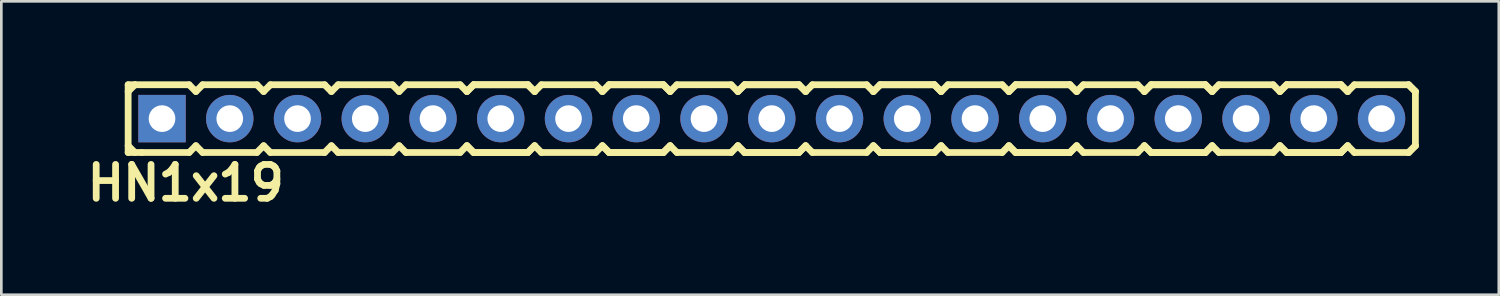
<source format=kicad_pcb>
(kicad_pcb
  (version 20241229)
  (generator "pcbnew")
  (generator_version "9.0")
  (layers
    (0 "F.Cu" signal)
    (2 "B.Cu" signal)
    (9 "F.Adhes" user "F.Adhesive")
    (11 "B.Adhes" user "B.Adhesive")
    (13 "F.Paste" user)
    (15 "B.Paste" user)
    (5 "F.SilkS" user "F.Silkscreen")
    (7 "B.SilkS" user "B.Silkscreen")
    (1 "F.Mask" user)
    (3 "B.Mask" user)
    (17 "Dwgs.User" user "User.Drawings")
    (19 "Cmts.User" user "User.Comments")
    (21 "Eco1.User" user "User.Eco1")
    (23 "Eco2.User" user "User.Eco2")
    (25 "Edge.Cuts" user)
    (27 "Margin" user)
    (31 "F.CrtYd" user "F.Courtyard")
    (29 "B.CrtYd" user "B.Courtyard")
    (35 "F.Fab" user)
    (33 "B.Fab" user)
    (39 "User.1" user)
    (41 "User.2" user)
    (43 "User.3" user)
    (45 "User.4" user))
  (footprint "HN1x19"
    (layer "F.Cu")
    (at 24.614 1.397)
    (property "Reference" "HN1x19" (at -20.701 2.413 0) (layer "F.SilkS") (effects (font (size 1.27 1.27) (thickness 0.254))))
    (attr smd)
    (fp_line (start -22.86 -1.27) (end -22.86 1.27) (stroke (width 0.254) (type solid)) (layer "F.SilkS"))
    (fp_line (start -22.86 -1.27) (end -22.606 -1.27) (stroke (width 0.254) (type solid)) (layer "F.SilkS"))
    (fp_line (start -22.86 -1.016) (end -22.606 -1.27) (stroke (width 0.254) (type solid)) (layer "F.SilkS"))
    (fp_line (start -22.606 -1.27) (end -20.574 -1.27) (stroke (width 0.254) (type solid)) (layer "F.SilkS"))
    (fp_line (start -22.606 1.27) (end -22.86 1.016) (stroke (width 0.254) (type solid)) (layer "F.SilkS"))
    (fp_line (start -22.352 1.27) (end -22.86 1.27) (stroke (width 0.254) (type solid)) (layer "F.SilkS"))
    (fp_line (start -20.574 -1.27) (end -20.32 -1.016) (stroke (width 0.254) (type solid)) (layer "F.SilkS"))
    (fp_line (start -20.574 1.27) (end -22.352 1.27) (stroke (width 0.254) (type solid)) (layer "F.SilkS"))
    (fp_line (start -20.32 -1.016) (end -20.066 -1.27) (stroke (width 0.254) (type solid)) (layer "F.SilkS"))
    (fp_line (start -20.32 1.016) (end -20.574 1.27) (stroke (width 0.254) (type solid)) (layer "F.SilkS"))
    (fp_line (start -20.066 -1.27) (end -18.034 -1.27) (stroke (width 0.254) (type solid)) (layer "F.SilkS"))
    (fp_line (start -20.066 1.27) (end -20.32 1.016) (stroke (width 0.254) (type solid)) (layer "F.SilkS"))
    (fp_line (start -18.034 -1.27) (end -17.78 -1.016) (stroke (width 0.254) (type solid)) (layer "F.SilkS"))
    (fp_line (start -18.034 1.27) (end -20.066 1.27) (stroke (width 0.254) (type solid)) (layer "F.SilkS"))
    (fp_line (start -18.034 1.27) (end -17.78 1.016) (stroke (width 0.254) (type solid)) (layer "F.SilkS"))
    (fp_line (start -17.78 -1.016) (end -17.526 -1.27) (stroke (width 0.254) (type solid)) (layer "F.SilkS"))
    (fp_line (start -17.78 1.016) (end -17.526 1.27) (stroke (width 0.254) (type solid)) (layer "F.SilkS"))
    (fp_line (start -17.526 -1.27) (end -15.494 -1.27) (stroke (width 0.254) (type solid)) (layer "F.SilkS"))
    (fp_line (start -15.494 -1.27) (end -15.24 -1.016) (stroke (width 0.254) (type solid)) (layer "F.SilkS"))
    (fp_line (start -15.494 1.27) (end -17.526 1.27) (stroke (width 0.254) (type solid)) (layer "F.SilkS"))
    (fp_line (start -15.24 -1.016) (end -14.986 -1.27) (stroke (width 0.254) (type solid)) (layer "F.SilkS"))
    (fp_line (start -15.24 1.016) (end -15.494 1.27) (stroke (width 0.254) (type solid)) (layer "F.SilkS"))
    (fp_line (start -14.986 -1.27) (end -12.954 -1.27) (stroke (width 0.254) (type solid)) (layer "F.SilkS"))
    (fp_line (start -14.986 1.27) (end -15.24 1.016) (stroke (width 0.254) (type solid)) (layer "F.SilkS"))
    (fp_line (start -12.954 -1.27) (end -12.7 -1.016) (stroke (width 0.254) (type solid)) (layer "F.SilkS"))
    (fp_line (start -12.954 1.27) (end -14.986 1.27) (stroke (width 0.254) (type solid)) (layer "F.SilkS"))
    (fp_line (start -12.7 -1.016) (end -12.446 -1.27) (stroke (width 0.254) (type solid)) (layer "F.SilkS"))
    (fp_line (start -12.7 1.016) (end -12.954 1.27) (stroke (width 0.254) (type solid)) (layer "F.SilkS"))
    (fp_line (start -12.446 -1.27) (end -10.414 -1.27) (stroke (width 0.254) (type solid)) (layer "F.SilkS"))
    (fp_line (start -12.446 1.27) (end -12.7 1.016) (stroke (width 0.254) (type solid)) (layer "F.SilkS"))
    (fp_line (start -10.414 -1.27) (end -10.16 -1.016) (stroke (width 0.254) (type solid)) (layer "F.SilkS"))
    (fp_line (start -10.414 1.27) (end -12.446 1.27) (stroke (width 0.254) (type solid)) (layer "F.SilkS"))
    (fp_line (start -10.16 -1.016) (end -9.906 -1.27) (stroke (width 0.254) (type solid)) (layer "F.SilkS"))
    (fp_line (start -10.16 -1.016) (end -9.906 -1.27) (stroke (width 0.254) (type solid)) (layer "F.SilkS"))
    (fp_line (start -10.16 1.016) (end -10.414 1.27) (stroke (width 0.254) (type solid)) (layer "F.SilkS"))
    (fp_line (start -9.906 -1.27) (end -7.874 -1.27) (stroke (width 0.254) (type solid)) (layer "F.SilkS"))
    (fp_line (start -9.906 -1.27) (end -7.874 -1.27) (stroke (width 0.254) (type solid)) (layer "F.SilkS"))
    (fp_line (start -9.906 1.27) (end -10.16 1.016) (stroke (width 0.254) (type solid)) (layer "F.SilkS"))
    (fp_line (start -9.906 1.27) (end -10.16 1.016) (stroke (width 0.254) (type solid)) (layer "F.SilkS"))
    (fp_line (start -7.874 -1.27) (end -7.62 -1.016) (stroke (width 0.254) (type solid)) (layer "F.SilkS"))
    (fp_line (start -7.874 -1.27) (end -7.62 -1.016) (stroke (width 0.254) (type solid)) (layer "F.SilkS"))
    (fp_line (start -7.874 1.27) (end -9.906 1.27) (stroke (width 0.254) (type solid)) (layer "F.SilkS"))
    (fp_line (start -7.874 1.27) (end -9.906 1.27) (stroke (width 0.254) (type solid)) (layer "F.SilkS"))
    (fp_line (start -7.62 -1.016) (end -7.366 -1.27) (stroke (width 0.254) (type solid)) (layer "F.SilkS"))
    (fp_line (start -7.62 1.016) (end -7.874 1.27) (stroke (width 0.254) (type solid)) (layer "F.SilkS"))
    (fp_line (start -7.62 1.016) (end -7.874 1.27) (stroke (width 0.254) (type solid)) (layer "F.SilkS"))
    (fp_line (start -7.366 -1.27) (end -5.334 -1.27) (stroke (width 0.254) (type solid)) (layer "F.SilkS"))
    (fp_line (start -7.366 1.27) (end -7.62 1.016) (stroke (width 0.254) (type solid)) (layer "F.SilkS"))
    (fp_line (start -5.334 -1.27) (end -5.08 -1.016) (stroke (width 0.254) (type solid)) (layer "F.SilkS"))
    (fp_line (start -5.334 1.27) (end -7.366 1.27) (stroke (width 0.254) (type solid)) (layer "F.SilkS"))
    (fp_line (start -5.08 -1.016) (end -4.826 -1.27) (stroke (width 0.254) (type solid)) (layer "F.SilkS"))
    (fp_line (start -5.08 -1.016) (end -4.826 -1.27) (stroke (width 0.254) (type solid)) (layer "F.SilkS"))
    (fp_line (start -5.08 1.016) (end -5.334 1.27) (stroke (width 0.254) (type solid)) (layer "F.SilkS"))
    (fp_line (start -4.826 -1.27) (end -2.794 -1.27) (stroke (width 0.254) (type solid)) (layer "F.SilkS"))
    (fp_line (start -4.826 -1.27) (end -2.794 -1.27) (stroke (width 0.254) (type solid)) (layer "F.SilkS"))
    (fp_line (start -4.826 1.27) (end -5.08 1.016) (stroke (width 0.254) (type solid)) (layer "F.SilkS"))
    (fp_line (start -4.826 1.27) (end -5.08 1.016) (stroke (width 0.254) (type solid)) (layer "F.SilkS"))
    (fp_line (start -2.794 -1.27) (end -2.54 -1.016) (stroke (width 0.254) (type solid)) (layer "F.SilkS"))
    (fp_line (start -2.794 -1.27) (end -2.54 -1.016) (stroke (width 0.254) (type solid)) (layer "F.SilkS"))
    (fp_line (start -2.794 1.27) (end -4.826 1.27) (stroke (width 0.254) (type solid)) (layer "F.SilkS"))
    (fp_line (start -2.794 1.27) (end -4.826 1.27) (stroke (width 0.254) (type solid)) (layer "F.SilkS"))
    (fp_line (start -2.54 -1.016) (end -2.286 -1.27) (stroke (width 0.254) (type solid)) (layer "F.SilkS"))
    (fp_line (start -2.54 1.016) (end -2.794 1.27) (stroke (width 0.254) (type solid)) (layer "F.SilkS"))
    (fp_line (start -2.54 1.016) (end -2.794 1.27) (stroke (width 0.254) (type solid)) (layer "F.SilkS"))
    (fp_line (start -2.286 -1.27) (end -0.254 -1.27) (stroke (width 0.254) (type solid)) (layer "F.SilkS"))
    (fp_line (start -2.286 1.27) (end -2.54 1.016) (stroke (width 0.254) (type solid)) (layer "F.SilkS"))
    (fp_line (start -0.254 -1.27) (end 0 -1.016) (stroke (width 0.254) (type solid)) (layer "F.SilkS"))
    (fp_line (start -0.254 1.27) (end -2.286 1.27) (stroke (width 0.254) (type solid)) (layer "F.SilkS"))
    (fp_line (start 0 -1.016) (end 0.254 -1.27) (stroke (width 0.254) (type solid)) (layer "F.SilkS"))
    (fp_line (start 0 -1.016) (end 0.254 -1.27) (stroke (width 0.254) (type solid)) (layer "F.SilkS"))
    (fp_line (start 0 1.016) (end -0.254 1.27) (stroke (width 0.254) (type solid)) (layer "F.SilkS"))
    (fp_line (start 0.254 -1.27) (end 2.286 -1.27) (stroke (width 0.254) (type solid)) (layer "F.SilkS"))
    (fp_line (start 0.254 -1.27) (end 2.286 -1.27) (stroke (width 0.254) (type solid)) (layer "F.SilkS"))
    (fp_line (start 0.254 1.27) (end 0 1.016) (stroke (width 0.254) (type solid)) (layer "F.SilkS"))
    (fp_line (start 0.254 1.27) (end 0 1.016) (stroke (width 0.254) (type solid)) (layer "F.SilkS"))
    (fp_line (start 2.286 -1.27) (end 2.54 -1.016) (stroke (width 0.254) (type solid)) (layer "F.SilkS"))
    (fp_line (start 2.286 -1.27) (end 2.54 -1.016) (stroke (width 0.254) (type solid)) (layer "F.SilkS"))
    (fp_line (start 2.286 1.27) (end 0.254 1.27) (stroke (width 0.254) (type solid)) (layer "F.SilkS"))
    (fp_line (start 2.286 1.27) (end 0.254 1.27) (stroke (width 0.254) (type solid)) (layer "F.SilkS"))
    (fp_line (start 2.54 -1.016) (end 2.794 -1.27) (stroke (width 0.254) (type solid)) (layer "F.SilkS"))
    (fp_line (start 2.54 1.016) (end 2.286 1.27) (stroke (width 0.254) (type solid)) (layer "F.SilkS"))
    (fp_line (start 2.54 1.016) (end 2.286 1.27) (stroke (width 0.254) (type solid)) (layer "F.SilkS"))
    (fp_line (start 2.794 -1.27) (end 4.826 -1.27) (stroke (width 0.254) (type solid)) (layer "F.SilkS"))
    (fp_line (start 2.794 1.27) (end 2.54 1.016) (stroke (width 0.254) (type solid)) (layer "F.SilkS"))
    (fp_line (start 4.826 -1.27) (end 5.08 -1.016) (stroke (width 0.254) (type solid)) (layer "F.SilkS"))
    (fp_line (start 4.826 1.27) (end 2.794 1.27) (stroke (width 0.254) (type solid)) (layer "F.SilkS"))
    (fp_line (start 5.08 -1.016) (end 5.334 -1.27) (stroke (width 0.254) (type solid)) (layer "F.SilkS"))
    (fp_line (start 5.08 -1.016) (end 5.334 -1.27) (stroke (width 0.254) (type solid)) (layer "F.SilkS"))
    (fp_line (start 5.08 1.016) (end 4.826 1.27) (stroke (width 0.254) (type solid)) (layer "F.SilkS"))
    (fp_line (start 5.334 -1.27) (end 7.366 -1.27) (stroke (width 0.254) (type solid)) (layer "F.SilkS"))
    (fp_line (start 5.334 -1.27) (end 7.366 -1.27) (stroke (width 0.254) (type solid)) (layer "F.SilkS"))
    (fp_line (start 5.334 1.27) (end 5.08 1.016) (stroke (width 0.254) (type solid)) (layer "F.SilkS"))
    (fp_line (start 5.334 1.27) (end 5.08 1.016) (stroke (width 0.254) (type solid)) (layer "F.SilkS"))
    (fp_line (start 7.366 -1.27) (end 7.62 -1.016) (stroke (width 0.254) (type solid)) (layer "F.SilkS"))
    (fp_line (start 7.366 -1.27) (end 7.62 -1.016) (stroke (width 0.254) (type solid)) (layer "F.SilkS"))
    (fp_line (start 7.366 1.27) (end 5.334 1.27) (stroke (width 0.254) (type solid)) (layer "F.SilkS"))
    (fp_line (start 7.366 1.27) (end 5.334 1.27) (stroke (width 0.254) (type solid)) (layer "F.SilkS"))
    (fp_line (start 7.62 -1.016) (end 7.874 -1.27) (stroke (width 0.254) (type solid)) (layer "F.SilkS"))
    (fp_line (start 7.62 1.016) (end 7.366 1.27) (stroke (width 0.254) (type solid)) (layer "F.SilkS"))
    (fp_line (start 7.62 1.016) (end 7.366 1.27) (stroke (width 0.254) (type solid)) (layer "F.SilkS"))
    (fp_line (start 7.874 -1.27) (end 9.906 -1.27) (stroke (width 0.254) (type solid)) (layer "F.SilkS"))
    (fp_line (start 7.874 1.27) (end 7.62 1.016) (stroke (width 0.254) (type solid)) (layer "F.SilkS"))
    (fp_line (start 9.906 -1.27) (end 10.16 -1.016) (stroke (width 0.254) (type solid)) (layer "F.SilkS"))
    (fp_line (start 9.906 1.27) (end 7.874 1.27) (stroke (width 0.254) (type solid)) (layer "F.SilkS"))
    (fp_line (start 10.16 -1.016) (end 10.414 -1.27) (stroke (width 0.254) (type solid)) (layer "F.SilkS"))
    (fp_line (start 10.16 -1.016) (end 10.414 -1.27) (stroke (width 0.254) (type solid)) (layer "F.SilkS"))
    (fp_line (start 10.16 1.016) (end 9.906 1.27) (stroke (width 0.254) (type solid)) (layer "F.SilkS"))
    (fp_line (start 10.414 -1.27) (end 12.446 -1.27) (stroke (width 0.254) (type solid)) (layer "F.SilkS"))
    (fp_line (start 10.414 -1.27) (end 12.446 -1.27) (stroke (width 0.254) (type solid)) (layer "F.SilkS"))
    (fp_line (start 10.414 1.27) (end 10.16 1.016) (stroke (width 0.254) (type solid)) (layer "F.SilkS"))
    (fp_line (start 10.414 1.27) (end 10.16 1.016) (stroke (width 0.254) (type solid)) (layer "F.SilkS"))
    (fp_line (start 12.446 -1.27) (end 12.7 -1.016) (stroke (width 0.254) (type solid)) (layer "F.SilkS"))
    (fp_line (start 12.446 -1.27) (end 12.7 -1.016) (stroke (width 0.254) (type solid)) (layer "F.SilkS"))
    (fp_line (start 12.446 1.27) (end 10.414 1.27) (stroke (width 0.254) (type solid)) (layer "F.SilkS"))
    (fp_line (start 12.446 1.27) (end 10.414 1.27) (stroke (width 0.254) (type solid)) (layer "F.SilkS"))
    (fp_line (start 12.7 -1.016) (end 12.954 -1.27) (stroke (width 0.254) (type solid)) (layer "F.SilkS"))
    (fp_line (start 12.7 1.016) (end 12.446 1.27) (stroke (width 0.254) (type solid)) (layer "F.SilkS"))
    (fp_line (start 12.7 1.016) (end 12.446 1.27) (stroke (width 0.254) (type solid)) (layer "F.SilkS"))
    (fp_line (start 12.954 -1.27) (end 14.986 -1.27) (stroke (width 0.254) (type solid)) (layer "F.SilkS"))
    (fp_line (start 12.954 1.27) (end 12.7 1.016) (stroke (width 0.254) (type solid)) (layer "F.SilkS"))
    (fp_line (start 14.986 -1.27) (end 15.24 -1.016) (stroke (width 0.254) (type solid)) (layer "F.SilkS"))
    (fp_line (start 14.986 1.27) (end 12.954 1.27) (stroke (width 0.254) (type solid)) (layer "F.SilkS"))
    (fp_line (start 15.24 -1.016) (end 15.494 -1.27) (stroke (width 0.254) (type solid)) (layer "F.SilkS"))
    (fp_line (start 15.24 -1.016) (end 15.494 -1.27) (stroke (width 0.254) (type solid)) (layer "F.SilkS"))
    (fp_line (start 15.24 1.016) (end 14.986 1.27) (stroke (width 0.254) (type solid)) (layer "F.SilkS"))
    (fp_line (start 15.494 -1.27) (end 17.526 -1.27) (stroke (width 0.254) (type solid)) (layer "F.SilkS"))
    (fp_line (start 15.494 -1.27) (end 17.526 -1.27) (stroke (width 0.254) (type solid)) (layer "F.SilkS"))
    (fp_line (start 15.494 1.27) (end 15.24 1.016) (stroke (width 0.254) (type solid)) (layer "F.SilkS"))
    (fp_line (start 15.494 1.27) (end 15.24 1.016) (stroke (width 0.254) (type solid)) (layer "F.SilkS"))
    (fp_line (start 17.526 -1.27) (end 17.78 -1.016) (stroke (width 0.254) (type solid)) (layer "F.SilkS"))
    (fp_line (start 17.526 -1.27) (end 17.78 -1.016) (stroke (width 0.254) (type solid)) (layer "F.SilkS"))
    (fp_line (start 17.526 1.27) (end 15.494 1.27) (stroke (width 0.254) (type solid)) (layer "F.SilkS"))
    (fp_line (start 17.526 1.27) (end 15.494 1.27) (stroke (width 0.254) (type solid)) (layer "F.SilkS"))
    (fp_line (start 17.78 -1.016) (end 18.034 -1.27) (stroke (width 0.254) (type solid)) (layer "F.SilkS"))
    (fp_line (start 17.78 1.016) (end 17.526 1.27) (stroke (width 0.254) (type solid)) (layer "F.SilkS"))
    (fp_line (start 17.78 1.016) (end 17.526 1.27) (stroke (width 0.254) (type solid)) (layer "F.SilkS"))
    (fp_line (start 18.034 -1.27) (end 20.066 -1.27) (stroke (width 0.254) (type solid)) (layer "F.SilkS"))
    (fp_line (start 18.034 1.27) (end 17.78 1.016) (stroke (width 0.254) (type solid)) (layer "F.SilkS"))
    (fp_line (start 20.066 -1.27) (end 20.32 -1.016) (stroke (width 0.254) (type solid)) (layer "F.SilkS"))
    (fp_line (start 20.066 1.27) (end 18.034 1.27) (stroke (width 0.254) (type solid)) (layer "F.SilkS"))
    (fp_line (start 20.32 -1.016) (end 20.574 -1.27) (stroke (width 0.254) (type solid)) (layer "F.SilkS"))
    (fp_line (start 20.32 -1.016) (end 20.574 -1.27) (stroke (width 0.254) (type solid)) (layer "F.SilkS"))
    (fp_line (start 20.32 1.016) (end 20.066 1.27) (stroke (width 0.254) (type solid)) (layer "F.SilkS"))
    (fp_line (start 20.574 -1.27) (end 22.606 -1.27) (stroke (width 0.254) (type solid)) (layer "F.SilkS"))
    (fp_line (start 20.574 -1.27) (end 22.606 -1.27) (stroke (width 0.254) (type solid)) (layer "F.SilkS"))
    (fp_line (start 20.574 1.27) (end 20.32 1.016) (stroke (width 0.254) (type solid)) (layer "F.SilkS"))
    (fp_line (start 20.574 1.27) (end 20.32 1.016) (stroke (width 0.254) (type solid)) (layer "F.SilkS"))
    (fp_line (start 22.606 -1.27) (end 22.86 -1.016) (stroke (width 0.254) (type solid)) (layer "F.SilkS"))
    (fp_line (start 22.606 -1.27) (end 22.86 -1.016) (stroke (width 0.254) (type solid)) (layer "F.SilkS"))
    (fp_line (start 22.606 1.27) (end 20.574 1.27) (stroke (width 0.254) (type solid)) (layer "F.SilkS"))
    (fp_line (start 22.606 1.27) (end 20.574 1.27) (stroke (width 0.254) (type solid)) (layer "F.SilkS"))
    (fp_line (start 22.86 -1.016) (end 23.114 -1.27) (stroke (width 0.254) (type solid)) (layer "F.SilkS"))
    (fp_line (start 22.86 1.016) (end 22.606 1.27) (stroke (width 0.254) (type solid)) (layer "F.SilkS"))
    (fp_line (start 22.86 1.016) (end 22.606 1.27) (stroke (width 0.254) (type solid)) (layer "F.SilkS"))
    (fp_line (start 23.114 -1.27) (end 25.146 -1.27) (stroke (width 0.254) (type solid)) (layer "F.SilkS"))
    (fp_line (start 23.114 1.27) (end 22.86 1.016) (stroke (width 0.254) (type solid)) (layer "F.SilkS"))
    (fp_line (start 25.146 -1.27) (end 25.4 -1.016) (stroke (width 0.254) (type solid)) (layer "F.SilkS"))
    (fp_line (start 25.146 -1.27) (end 25.4 -1.016) (stroke (width 0.254) (type solid)) (layer "F.SilkS"))
    (fp_line (start 25.146 1.27) (end 23.114 1.27) (stroke (width 0.254) (type solid)) (layer "F.SilkS"))
    (fp_line (start 25.4 -1.016) (end 25.4 1.016) (stroke (width 0.254) (type solid)) (layer "F.SilkS"))
    (fp_line (start 25.4 1.016) (end 25.146 1.27) (stroke (width 0.254) (type solid)) (layer "F.SilkS"))
    (fp_line (start 25.4 1.016) (end 25.146 1.27) (stroke (width 0.254) (type solid)) (layer "F.SilkS"))
    (pad "1" thru_hole rect (at -21.59 0) (size 1.778 1.778) (drill 1) (layers "*.Cu" "*.Mask"))
    (pad "2" thru_hole circle (at -19.05 0) (size 1.778 1.778) (drill 1) (layers "*.Cu" "*.Mask"))
    (pad "3" thru_hole circle (at -16.51 0) (size 1.778 1.778) (drill 1) (layers "*.Cu" "*.Mask"))
    (pad "4" thru_hole circle (at -13.97 0) (size 1.778 1.778) (drill 1) (layers "*.Cu" "*.Mask"))
    (pad "5" thru_hole circle (at -11.43 0) (size 1.778 1.778) (drill 1) (layers "*.Cu" "*.Mask"))
    (pad "6" thru_hole circle (at -8.89 0) (size 1.778 1.778) (drill 1) (layers "*.Cu" "*.Mask"))
    (pad "7" thru_hole circle (at -6.35 0) (size 1.778 1.778) (drill 1) (layers "*.Cu" "*.Mask"))
    (pad "8" thru_hole circle (at -3.81 0) (size 1.778 1.778) (drill 1) (layers "*.Cu" "*.Mask"))
    (pad "9" thru_hole circle (at -1.27 0) (size 1.778 1.778) (drill 1) (layers "*.Cu" "*.Mask"))
    (pad "10" thru_hole circle (at 1.27 0) (size 1.778 1.778) (drill 1) (layers "*.Cu" "*.Mask"))
    (pad "11" thru_hole circle (at 3.81 0) (size 1.778 1.778) (drill 1) (layers "*.Cu" "*.Mask"))
    (pad "12" thru_hole circle (at 6.35 0) (size 1.778 1.778) (drill 1) (layers "*.Cu" "*.Mask"))
    (pad "13" thru_hole circle (at 8.89 0) (size 1.778 1.778) (drill 1) (layers "*.Cu" "*.Mask"))
    (pad "14" thru_hole circle (at 11.43 0) (size 1.778 1.778) (drill 1) (layers "*.Cu" "*.Mask"))
    (pad "15" thru_hole circle (at 13.97 0) (size 1.778 1.778) (drill 1) (layers "*.Cu" "*.Mask"))
    (pad "16" thru_hole circle (at 16.51 0) (size 1.778 1.778) (drill 1) (layers "*.Cu" "*.Mask"))
    (pad "17" thru_hole circle (at 19.05 0) (size 1.778 1.778) (drill 1) (layers "*.Cu" "*.Mask"))
    (pad "18" thru_hole circle (at 21.59 0) (size 1.778 1.778) (drill 1) (layers "*.Cu" "*.Mask"))
    (pad "19" thru_hole circle (at 24.13 0) (size 1.778 1.778) (drill 1) (layers "*.Cu" "*.Mask")))
  (gr_rect
    (start -3 -3)
    (end 53.141 7.999)
    (stroke (width 0.1) (type default))
    (fill no)
    (layer "Edge.Cuts")))
</source>
